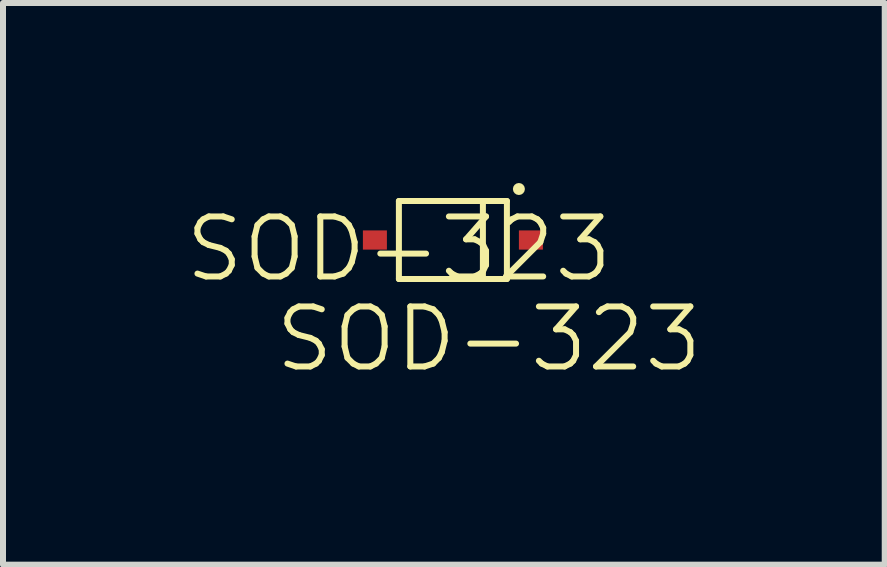
<source format=kicad_pcb>
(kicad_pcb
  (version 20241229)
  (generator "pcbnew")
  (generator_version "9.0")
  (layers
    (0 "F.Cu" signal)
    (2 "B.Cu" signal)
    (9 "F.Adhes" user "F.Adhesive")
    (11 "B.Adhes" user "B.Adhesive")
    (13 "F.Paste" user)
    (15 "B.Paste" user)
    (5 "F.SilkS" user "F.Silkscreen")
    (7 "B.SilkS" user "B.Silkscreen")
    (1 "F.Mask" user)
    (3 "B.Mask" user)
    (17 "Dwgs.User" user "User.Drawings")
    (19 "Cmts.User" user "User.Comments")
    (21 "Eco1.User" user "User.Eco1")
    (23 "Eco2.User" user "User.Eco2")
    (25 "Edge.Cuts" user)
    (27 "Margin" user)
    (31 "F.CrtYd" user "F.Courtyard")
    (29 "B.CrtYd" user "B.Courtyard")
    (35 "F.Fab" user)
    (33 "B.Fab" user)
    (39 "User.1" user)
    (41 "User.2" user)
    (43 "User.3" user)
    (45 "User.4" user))
  (footprint "SOD-323"
    (layer "F.Cu")
    (at 3.598 1.6)
    (property "Reference" "SOD-323" (at 0 -0.5 0) (unlocked yes) (layer "F.SilkS") (effects (font (size 1 1) (thickness 0.1))))
    (attr smd)
    (fp_line (start 0 -1.3) (end 0 0) (stroke (width 0.1) (type default)) (layer "F.SilkS"))
    (fp_line (start 0 -1.3) (end 1.8 -1.3) (stroke (width 0.1) (type default)) (layer "F.SilkS"))
    (fp_line (start 0 0) (end 1.8 0) (stroke (width 0.1) (type default)) (layer "F.SilkS"))
    (fp_line (start 1.4 -1.3) (end 1.4 0) (stroke (width 0.1) (type default)) (layer "F.SilkS"))
    (fp_line (start 1.8 0) (end 1.8 -1.3) (stroke (width 0.1) (type default)) (layer "F.SilkS"))
    (fp_circle (center 2 -1.5) (end 2.05 -1.5) (stroke (width 0.1) (type solid)) (fill no) (layer "F.SilkS"))
    (fp_text user "${REFERENCE}" (at 1.5 1 0) (unlocked yes) (layer "F.SilkS") (effects (font (size 1 1) (thickness 0.1))))
    (pad "1" smd rect (at -0.4 -0.65) (size 0.4 0.32) (layers "F.Cu" "F.Mask" "F.Paste"))
    (pad "2" smd rect (at 2.2 -0.65) (size 0.4 0.32) (layers "F.Cu" "F.Mask" "F.Paste")))
  (gr_rect
    (start -3 -3)
    (end 11.695 6.361)
    (stroke (width 0.1) (type default))
    (fill no)
    (layer "Edge.Cuts")))
</source>
